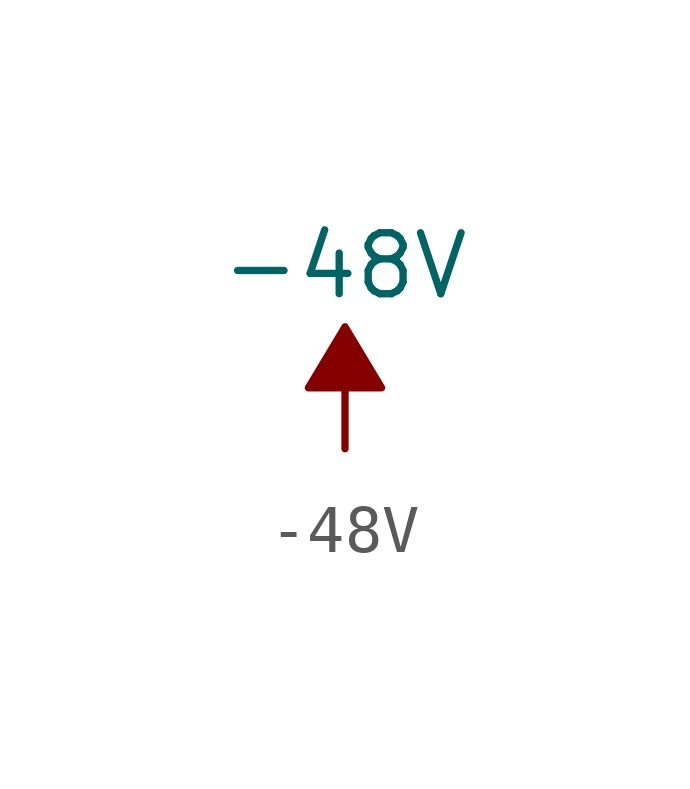
<source format=kicad_sym>
(kicad_symbol_lib
  (version 20220914)
  (generator kicad_symbol_editor)
  (symbol "-48V"
    (power)
    (pin_names
      (offset 0))
    (property "Reference" "#PWR"
      (at 0 2.54 0)
      (effects (font (size 1.27 1.27)) hide))
    (property "Value" "-48V"
      (at 0 3.81 0)
      (effects (font (size 1.27 1.27))))
    (symbol "-48V_0_0"
      (pin power_in line (at 0 0 90) (length 0) hide (name "-48V" (effects (font (size 1.27 1.27)))) (number "1" (effects (font (size 1.27 1.27))))))
    (symbol "-48V_0_1"
      (polyline (pts (xy 0 0) (xy 0 1.27) (xy 0.762 1.27) (xy 0 2.54) (xy -0.762 1.27) (xy 0 1.27)) (stroke (width 0) (type solid)) (fill (type outline))))))
</source>
